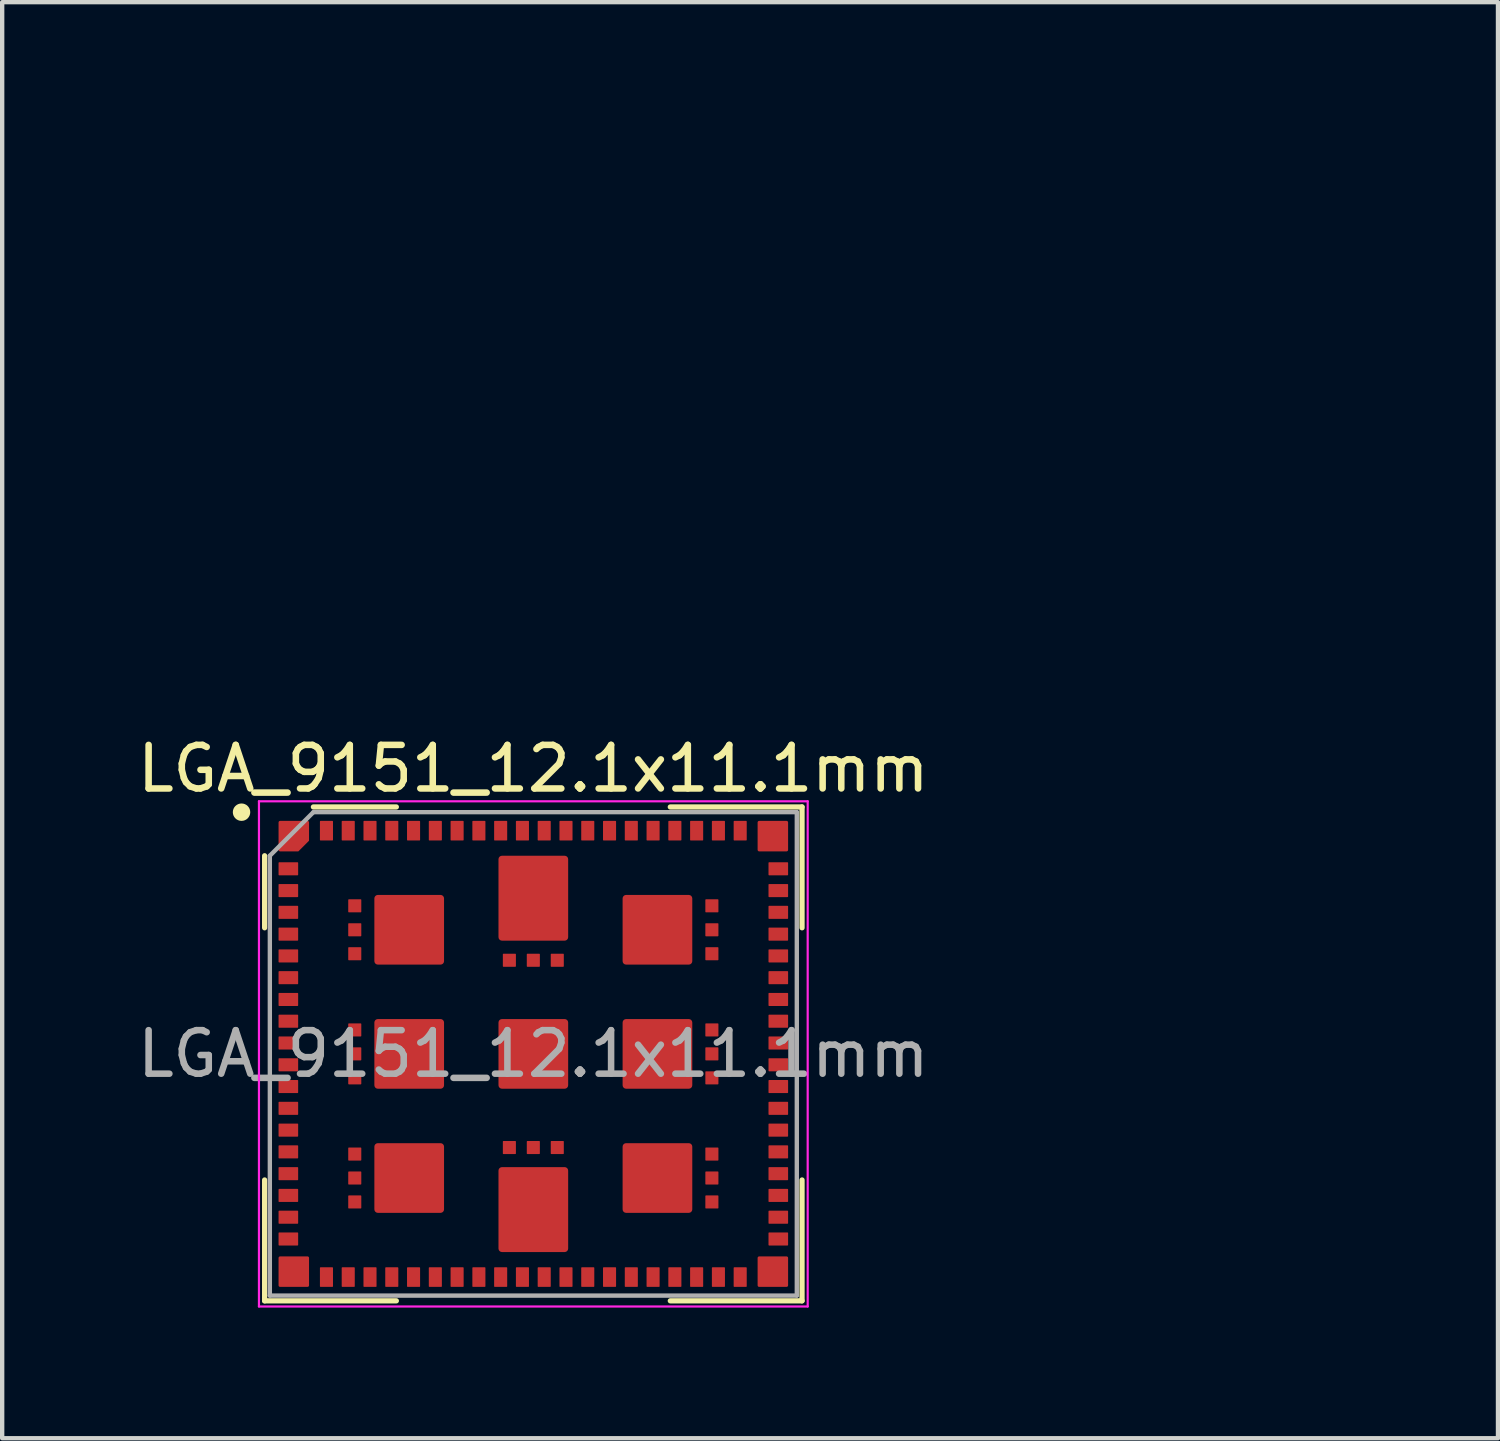
<source format=kicad_pcb>
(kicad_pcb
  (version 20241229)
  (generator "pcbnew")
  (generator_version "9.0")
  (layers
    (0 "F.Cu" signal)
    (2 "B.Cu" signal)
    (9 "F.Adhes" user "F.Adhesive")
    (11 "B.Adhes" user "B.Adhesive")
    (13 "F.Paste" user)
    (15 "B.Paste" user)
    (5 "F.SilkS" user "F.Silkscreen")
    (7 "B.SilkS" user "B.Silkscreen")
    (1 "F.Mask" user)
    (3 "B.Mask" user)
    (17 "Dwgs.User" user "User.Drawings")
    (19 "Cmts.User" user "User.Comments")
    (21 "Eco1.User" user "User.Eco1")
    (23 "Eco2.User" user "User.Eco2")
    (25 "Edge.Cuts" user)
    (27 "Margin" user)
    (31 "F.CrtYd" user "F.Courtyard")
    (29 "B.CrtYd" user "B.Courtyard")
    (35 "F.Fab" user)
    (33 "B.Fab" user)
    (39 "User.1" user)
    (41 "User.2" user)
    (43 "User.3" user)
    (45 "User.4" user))
  (footprint "LGA_9151_12.1x11.1mm"
    (layer "F.Cu")
    (at 9.196 21.149)
    (property "Reference" "LGA_9151_12.1x11.1mm" (at 0 -6.55 0) (unlocked yes) (layer "F.SilkS") (effects (font (size 1 1) (thickness 0.15))))
    (property "Value" "LGA_9151_12.1x11.1mm" (at 0 6.55 0) (unlocked yes) (layer "F.Fab") (hide yes) (effects (font (size 1 1) (thickness 0.15))))
    (attr smd)
    (fp_line (start -6.17 -4.55) (end -6.17 -2.895) (stroke (width 0.12) (type default)) (layer "F.SilkS"))
    (fp_line (start -6.17 5.67) (end -6.17 2.895) (stroke (width 0.12) (type default)) (layer "F.SilkS"))
    (fp_line (start -3.145 -5.67) (end -5.05 -5.67) (stroke (width 0.12) (type default)) (layer "F.SilkS"))
    (fp_line (start -3.145 5.67) (end -6.17 5.67) (stroke (width 0.12) (type default)) (layer "F.SilkS"))
    (fp_line (start 3.145 -5.67) (end 6.17 -5.67) (stroke (width 0.12) (type default)) (layer "F.SilkS"))
    (fp_line (start 3.145 5.67) (end 6.17 5.67) (stroke (width 0.12) (type default)) (layer "F.SilkS"))
    (fp_line (start 6.17 -5.67) (end 6.17 -2.895) (stroke (width 0.12) (type default)) (layer "F.SilkS"))
    (fp_line (start 6.17 5.67) (end 6.17 2.895) (stroke (width 0.12) (type default)) (layer "F.SilkS"))
    (fp_circle (center -6.7 -5.55) (end -6.7 -5.45) (stroke (width 0.2) (type default)) (fill no) (layer "F.SilkS"))
    (fp_line (start -6.3 -5.8) (end 6.3 -5.8) (stroke (width 0.05) (type default)) (layer "F.CrtYd"))
    (fp_line (start -6.3 5.8) (end -6.3 -5.8) (stroke (width 0.05) (type default)) (layer "F.CrtYd"))
    (fp_line (start 6.3 -5.8) (end 6.3 5.8) (stroke (width 0.05) (type default)) (layer "F.CrtYd"))
    (fp_line (start 6.3 5.8) (end -6.3 5.8) (stroke (width 0.05) (type default)) (layer "F.CrtYd"))
    (fp_line (start -6.05 -4.55) (end -6.05 5.55) (stroke (width 0.1) (type default)) (layer "F.Fab"))
    (fp_line (start -6.05 5.55) (end 6.05 5.55) (stroke (width 0.1) (type default)) (layer "F.Fab"))
    (fp_line (start -5.05 -5.55) (end -6.05 -4.55) (stroke (width 0.1) (type default)) (layer "F.Fab"))
    (fp_line (start 6.05 -5.55) (end -5.05 -5.55) (stroke (width 0.1) (type default)) (layer "F.Fab"))
    (fp_line (start 6.05 5.55) (end 6.05 -5.55) (stroke (width 0.1) (type default)) (layer "F.Fab"))
    (fp_line (start 6.9 -18.6) (end 19.1 -18.6) (stroke (width 0.1) (type solid)) (layer "User.7"))
    (fp_line (start 6.9 -7.4) (end 6.9 -18.6) (stroke (width 0.1) (type solid)) (layer "User.7"))
    (fp_line (start 6.9 -7.4) (end 19.1 -7.4) (stroke (width 0.1) (type solid)) (layer "User.7"))
    (fp_line (start 19.1 -7.4) (end 19.1 -18.6) (stroke (width 0.1) (type solid)) (layer "User.7"))
    (fp_circle (center 7.5 -18) (end 7.5 -18.15) (stroke (width 0.3) (type solid)) (fill no) (layer "User.7"))
    (fp_line (start 6.9 -18.6) (end 19.1 -18.6) (stroke (width 0.05) (type solid)) (layer "User.13"))
    (fp_line (start 6.9 -7.4) (end 6.9 -18.6) (stroke (width 0.05) (type solid)) (layer "User.13"))
    (fp_line (start 6.9 -7.4) (end 19.1 -7.4) (stroke (width 0.05) (type solid)) (layer "User.13"))
    (fp_line (start 19.1 -7.4) (end 19.1 -18.6) (stroke (width 0.05) (type solid)) (layer "User.13"))
    (fp_circle (center 7.5 -18) (end 7.5 -18.15) (stroke (width 0.3) (type solid)) (fill no) (layer "User.13"))
    (fp_text user "${REFERENCE}" (at 0 0 0) (layer "F.Fab") (effects (font (size 1 1) (thickness 0.15))))
    (fp_text user "${VALUE}" (at 12.968 -12.85 270) (unlocked yes) (layer "User.5") (effects (font (size 0.9 0.9) (thickness 0.15))))
    (fp_text user "${REFERENCE}" (at 12.968 -12.85 270) (unlocked yes) (layer "User.7") (effects (font (size 0.9 0.9) (thickness 0.15))))
    (pad "1" smd roundrect (at -5.5 -5) (size 0.7 0.7) (layers "F.Cu" "F.Mask" "F.Paste") (roundrect_rratio 0.05) (chamfer_ratio 0.35) (chamfer bottom_right))
    (pad "2" smd roundrect (at -5.625 -4.25) (size 0.45 0.3) (layers "F.Cu" "F.Mask" "F.Paste") (roundrect_rratio 0.05))
    (pad "3" smd roundrect (at -5.625 -3.75) (size 0.45 0.3) (layers "F.Cu" "F.Mask" "F.Paste") (roundrect_rratio 0.05))
    (pad "4" smd roundrect (at -5.625 -3.25) (size 0.45 0.3) (layers "F.Cu" "F.Mask" "F.Paste") (roundrect_rratio 0.05))
    (pad "5" smd roundrect (at -5.625 -2.75) (size 0.45 0.3) (layers "F.Cu" "F.Mask" "F.Paste") (roundrect_rratio 0.05))
    (pad "6" smd roundrect (at -5.625 -2.25) (size 0.45 0.3) (layers "F.Cu" "F.Mask" "F.Paste") (roundrect_rratio 0.05))
    (pad "7" smd roundrect (at -5.625 -1.75) (size 0.45 0.3) (layers "F.Cu" "F.Mask" "F.Paste") (roundrect_rratio 0.05))
    (pad "8" smd roundrect (at -5.625 -1.25) (size 0.45 0.3) (layers "F.Cu" "F.Mask" "F.Paste") (roundrect_rratio 0.05))
    (pad "9" smd roundrect (at -5.625 -0.75) (size 0.45 0.3) (layers "F.Cu" "F.Mask" "F.Paste") (roundrect_rratio 0.05))
    (pad "10" smd roundrect (at -5.625 -0.25) (size 0.45 0.3) (layers "F.Cu" "F.Mask" "F.Paste") (roundrect_rratio 0.05))
    (pad "11" smd roundrect (at -5.625 0.25) (size 0.45 0.3) (layers "F.Cu" "F.Mask" "F.Paste") (roundrect_rratio 0.05))
    (pad "12" smd roundrect (at -5.625 0.75) (size 0.45 0.3) (layers "F.Cu" "F.Mask" "F.Paste") (roundrect_rratio 0.05))
    (pad "13" smd roundrect (at -5.625 1.25) (size 0.45 0.3) (layers "F.Cu" "F.Mask" "F.Paste") (roundrect_rratio 0.05))
    (pad "14" smd roundrect (at -5.625 1.75) (size 0.45 0.3) (layers "F.Cu" "F.Mask" "F.Paste") (roundrect_rratio 0.05))
    (pad "15" smd roundrect (at -5.625 2.25) (size 0.45 0.3) (layers "F.Cu" "F.Mask" "F.Paste") (roundrect_rratio 0.05))
    (pad "16" smd roundrect (at -5.625 2.75) (size 0.45 0.3) (layers "F.Cu" "F.Mask" "F.Paste") (roundrect_rratio 0.05))
    (pad "17" smd roundrect (at -5.625 3.25) (size 0.45 0.3) (layers "F.Cu" "F.Mask" "F.Paste") (roundrect_rratio 0.05))
    (pad "18" smd roundrect (at -5.625 3.75) (size 0.45 0.3) (layers "F.Cu" "F.Mask" "F.Paste") (roundrect_rratio 0.05))
    (pad "19" smd roundrect (at -5.625 4.25) (size 0.45 0.3) (layers "F.Cu" "F.Mask" "F.Paste") (roundrect_rratio 0.05))
    (pad "20" smd roundrect (at -5.5 5) (size 0.7 0.7) (layers "F.Cu" "F.Mask" "F.Paste") (roundrect_rratio 0.05))
    (pad "21" smd roundrect (at -4.75 5.125 90) (size 0.45 0.3) (layers "F.Cu" "F.Mask" "F.Paste") (roundrect_rratio 0.05))
    (pad "22" smd roundrect (at -4.25 5.125 90) (size 0.45 0.3) (layers "F.Cu" "F.Mask" "F.Paste") (roundrect_rratio 0.05))
    (pad "23" smd roundrect (at -3.75 5.125 90) (size 0.45 0.3) (layers "F.Cu" "F.Mask" "F.Paste") (roundrect_rratio 0.05))
    (pad "24" smd roundrect (at -3.25 5.125 90) (size 0.45 0.3) (layers "F.Cu" "F.Mask" "F.Paste") (roundrect_rratio 0.05))
    (pad "25" smd roundrect (at -2.75 5.125 90) (size 0.45 0.3) (layers "F.Cu" "F.Mask" "F.Paste") (roundrect_rratio 0.05))
    (pad "26" smd roundrect (at -2.25 5.125 90) (size 0.45 0.3) (layers "F.Cu" "F.Mask" "F.Paste") (roundrect_rratio 0.05))
    (pad "27" smd roundrect (at -1.75 5.125 90) (size 0.45 0.3) (layers "F.Cu" "F.Mask" "F.Paste") (roundrect_rratio 0.05))
    (pad "28" smd roundrect (at -1.25 5.125 90) (size 0.45 0.3) (layers "F.Cu" "F.Mask" "F.Paste") (roundrect_rratio 0.05))
    (pad "29" smd roundrect (at -0.75 5.125 90) (size 0.45 0.3) (layers "F.Cu" "F.Mask" "F.Paste") (roundrect_rratio 0.05))
    (pad "30" smd roundrect (at -0.25 5.125 90) (size 0.45 0.3) (layers "F.Cu" "F.Mask" "F.Paste") (roundrect_rratio 0.05))
    (pad "31" smd roundrect (at 0.25 5.125 90) (size 0.45 0.3) (layers "F.Cu" "F.Mask" "F.Paste") (roundrect_rratio 0.05))
    (pad "32" smd roundrect (at 0.75 5.125 90) (size 0.45 0.3) (layers "F.Cu" "F.Mask" "F.Paste") (roundrect_rratio 0.05))
    (pad "33" smd roundrect (at 1.25 5.125 90) (size 0.45 0.3) (layers "F.Cu" "F.Mask" "F.Paste") (roundrect_rratio 0.05))
    (pad "34" smd roundrect (at 1.75 5.125 90) (size 0.45 0.3) (layers "F.Cu" "F.Mask" "F.Paste") (roundrect_rratio 0.05))
    (pad "35" smd roundrect (at 2.25 5.125 90) (size 0.45 0.3) (layers "F.Cu" "F.Mask" "F.Paste") (roundrect_rratio 0.05))
    (pad "36" smd roundrect (at 2.75 5.125 90) (size 0.45 0.3) (layers "F.Cu" "F.Mask" "F.Paste") (roundrect_rratio 0.05))
    (pad "37" smd roundrect (at 3.25 5.125 90) (size 0.45 0.3) (layers "F.Cu" "F.Mask" "F.Paste") (roundrect_rratio 0.05))
    (pad "38" smd roundrect (at 3.75 5.125 90) (size 0.45 0.3) (layers "F.Cu" "F.Mask" "F.Paste") (roundrect_rratio 0.05))
    (pad "39" smd roundrect (at 4.25 5.125 90) (size 0.45 0.3) (layers "F.Cu" "F.Mask" "F.Paste") (roundrect_rratio 0.05))
    (pad "40" smd roundrect (at 4.75 5.125 90) (size 0.45 0.3) (layers "F.Cu" "F.Mask" "F.Paste") (roundrect_rratio 0.05))
    (pad "41" smd roundrect (at 5.5 5) (size 0.7 0.7) (layers "F.Cu" "F.Mask" "F.Paste") (roundrect_rratio 0.05))
    (pad "42" smd roundrect (at 5.625 4.25) (size 0.45 0.3) (layers "F.Cu" "F.Mask" "F.Paste") (roundrect_rratio 0.05))
    (pad "43" smd roundrect (at 5.625 3.75) (size 0.45 0.3) (layers "F.Cu" "F.Mask" "F.Paste") (roundrect_rratio 0.05))
    (pad "44" smd roundrect (at 5.625 3.25) (size 0.45 0.3) (layers "F.Cu" "F.Mask" "F.Paste") (roundrect_rratio 0.05))
    (pad "45" smd roundrect (at 5.625 2.75) (size 0.45 0.3) (layers "F.Cu" "F.Mask" "F.Paste") (roundrect_rratio 0.05))
    (pad "46" smd roundrect (at 5.625 2.25) (size 0.45 0.3) (layers "F.Cu" "F.Mask" "F.Paste") (roundrect_rratio 0.05))
    (pad "47" smd roundrect (at 5.625 1.75) (size 0.45 0.3) (layers "F.Cu" "F.Mask" "F.Paste") (roundrect_rratio 0.05))
    (pad "48" smd roundrect (at 5.625 1.25) (size 0.45 0.3) (layers "F.Cu" "F.Mask" "F.Paste") (roundrect_rratio 0.05))
    (pad "49" smd roundrect (at 5.625 0.75) (size 0.45 0.3) (layers "F.Cu" "F.Mask" "F.Paste") (roundrect_rratio 0.05))
    (pad "50" smd roundrect (at 5.625 0.25) (size 0.45 0.3) (layers "F.Cu" "F.Mask" "F.Paste") (roundrect_rratio 0.05))
    (pad "51" smd roundrect (at 5.625 -0.25) (size 0.45 0.3) (layers "F.Cu" "F.Mask" "F.Paste") (roundrect_rratio 0.05))
    (pad "52" smd roundrect (at 5.625 -0.75) (size 0.45 0.3) (layers "F.Cu" "F.Mask" "F.Paste") (roundrect_rratio 0.05))
    (pad "53" smd roundrect (at 5.625 -1.25) (size 0.45 0.3) (layers "F.Cu" "F.Mask" "F.Paste") (roundrect_rratio 0.05))
    (pad "54" smd roundrect (at 5.625 -1.75) (size 0.45 0.3) (layers "F.Cu" "F.Mask" "F.Paste") (roundrect_rratio 0.05))
    (pad "55" smd roundrect (at 5.625 -2.25) (size 0.45 0.3) (layers "F.Cu" "F.Mask" "F.Paste") (roundrect_rratio 0.05))
    (pad "56" smd roundrect (at 5.625 -2.75) (size 0.45 0.3) (layers "F.Cu" "F.Mask" "F.Paste") (roundrect_rratio 0.05))
    (pad "57" smd roundrect (at 5.625 -3.25) (size 0.45 0.3) (layers "F.Cu" "F.Mask" "F.Paste") (roundrect_rratio 0.05))
    (pad "58" smd roundrect (at 5.625 -3.75) (size 0.45 0.3) (layers "F.Cu" "F.Mask" "F.Paste") (roundrect_rratio 0.05))
    (pad "59" smd roundrect (at 5.625 -4.25) (size 0.45 0.3) (layers "F.Cu" "F.Mask" "F.Paste") (roundrect_rratio 0.05))
    (pad "60" smd roundrect (at 5.5 -5) (size 0.7 0.7) (layers "F.Cu" "F.Mask" "F.Paste") (roundrect_rratio 0.05))
    (pad "61" smd roundrect (at 4.75 -5.125 90) (size 0.45 0.3) (layers "F.Cu" "F.Mask" "F.Paste") (roundrect_rratio 0.05))
    (pad "62" smd roundrect (at 4.25 -5.125 270) (size 0.45 0.3) (layers "F.Cu" "F.Mask" "F.Paste") (roundrect_rratio 0.05))
    (pad "63" smd roundrect (at 3.75 -5.125 270) (size 0.45 0.3) (layers "F.Cu" "F.Mask" "F.Paste") (roundrect_rratio 0.05))
    (pad "64" smd roundrect (at 3.25 -5.125 270) (size 0.45 0.3) (layers "F.Cu" "F.Mask" "F.Paste") (roundrect_rratio 0.05))
    (pad "65" smd roundrect (at 2.75 -5.125 270) (size 0.45 0.3) (layers "F.Cu" "F.Mask" "F.Paste") (roundrect_rratio 0.05))
    (pad "66" smd roundrect (at 2.25 -5.125 270) (size 0.45 0.3) (layers "F.Cu" "F.Mask" "F.Paste") (roundrect_rratio 0.05))
    (pad "67" smd roundrect (at 1.75 -5.125 270) (size 0.45 0.3) (layers "F.Cu" "F.Mask" "F.Paste") (roundrect_rratio 0.05))
    (pad "68" smd roundrect (at 1.25 -5.125 270) (size 0.45 0.3) (layers "F.Cu" "F.Mask" "F.Paste") (roundrect_rratio 0.05))
    (pad "69" smd roundrect (at 0.75 -5.125 270) (size 0.45 0.3) (layers "F.Cu" "F.Mask" "F.Paste") (roundrect_rratio 0.05))
    (pad "70" smd roundrect (at 0.25 -5.125 270) (size 0.45 0.3) (layers "F.Cu" "F.Mask" "F.Paste") (roundrect_rratio 0.05))
    (pad "71" smd roundrect (at -0.25 -5.125 270) (size 0.45 0.3) (layers "F.Cu" "F.Mask" "F.Paste") (roundrect_rratio 0.05))
    (pad "72" smd roundrect (at -0.75 -5.125 270) (size 0.45 0.3) (layers "F.Cu" "F.Mask" "F.Paste") (roundrect_rratio 0.05))
    (pad "73" smd roundrect (at -1.25 -5.125 270) (size 0.45 0.3) (layers "F.Cu" "F.Mask" "F.Paste") (roundrect_rratio 0.05))
    (pad "74" smd roundrect (at -1.75 -5.125 270) (size 0.45 0.3) (layers "F.Cu" "F.Mask" "F.Paste") (roundrect_rratio 0.05))
    (pad "75" smd roundrect (at -2.25 -5.125 270) (size 0.45 0.3) (layers "F.Cu" "F.Mask" "F.Paste") (roundrect_rratio 0.05))
    (pad "76" smd roundrect (at -2.75 -5.125 270) (size 0.45 0.3) (layers "F.Cu" "F.Mask" "F.Paste") (roundrect_rratio 0.05))
    (pad "77" smd roundrect (at -3.25 -5.125 270) (size 0.45 0.3) (layers "F.Cu" "F.Mask" "F.Paste") (roundrect_rratio 0.05))
    (pad "78" smd roundrect (at -3.75 -5.125 270) (size 0.45 0.3) (layers "F.Cu" "F.Mask" "F.Paste") (roundrect_rratio 0.05))
    (pad "79" smd roundrect (at -4.25 -5.125 270) (size 0.45 0.3) (layers "F.Cu" "F.Mask" "F.Paste") (roundrect_rratio 0.05))
    (pad "80" smd roundrect (at -4.75 -5.125 270) (size 0.45 0.3) (layers "F.Cu" "F.Mask" "F.Paste") (roundrect_rratio 0.05))
    (pad "81" smd roundrect (at -4.1 -3.4 270) (size 0.3 0.3) (layers "F.Cu" "F.Mask" "F.Paste") (roundrect_rratio 0.05))
    (pad "82" smd roundrect (at -4.1 -2.85 270) (size 0.3 0.3) (layers "F.Cu" "F.Mask" "F.Paste") (roundrect_rratio 0.05))
    (pad "83" smd roundrect (at -4.1 -2.3 270) (size 0.3 0.3) (layers "F.Cu" "F.Mask" "F.Paste") (roundrect_rratio 0.05))
    (pad "84" smd roundrect (at -4.1 -0.55 270) (size 0.3 0.3) (layers "F.Cu" "F.Mask" "F.Paste") (roundrect_rratio 0.05))
    (pad "85" smd roundrect (at -4.1 0 270) (size 0.3 0.3) (layers "F.Cu" "F.Mask" "F.Paste") (roundrect_rratio 0.05))
    (pad "86" smd roundrect (at -4.1 0.55 270) (size 0.3 0.3) (layers "F.Cu" "F.Mask" "F.Paste") (roundrect_rratio 0.05))
    (pad "87" smd roundrect (at -4.1 2.3 270) (size 0.3 0.3) (layers "F.Cu" "F.Mask" "F.Paste") (roundrect_rratio 0.05))
    (pad "88" smd roundrect (at -4.1 2.85 270) (size 0.3 0.3) (layers "F.Cu" "F.Mask" "F.Paste") (roundrect_rratio 0.05))
    (pad "89" smd roundrect (at -4.1 3.4 270) (size 0.3 0.3) (layers "F.Cu" "F.Mask" "F.Paste") (roundrect_rratio 0.05))
    (pad "90" smd roundrect (at -0.55 2.15 90) (size 0.3 0.3) (layers "F.Cu" "F.Mask" "F.Paste") (roundrect_rratio 0.05))
    (pad "91" smd roundrect (at 0 2.15 90) (size 0.3 0.3) (layers "F.Cu" "F.Mask" "F.Paste") (roundrect_rratio 0.05))
    (pad "92" smd roundrect (at 0.55 2.15 90) (size 0.3 0.3) (layers "F.Cu" "F.Mask" "F.Paste") (roundrect_rratio 0.05))
    (pad "93" smd roundrect (at 4.1 3.4 90) (size 0.3 0.3) (layers "F.Cu" "F.Mask" "F.Paste") (roundrect_rratio 0.05))
    (pad "94" smd roundrect (at 4.1 2.85 90) (size 0.3 0.3) (layers "F.Cu" "F.Mask" "F.Paste") (roundrect_rratio 0.05))
    (pad "95" smd roundrect (at 4.1 2.3 90) (size 0.3 0.3) (layers "F.Cu" "F.Mask" "F.Paste") (roundrect_rratio 0.05))
    (pad "96" smd roundrect (at 4.1 0.55 90) (size 0.3 0.3) (layers "F.Cu" "F.Mask" "F.Paste") (roundrect_rratio 0.05))
    (pad "97" smd roundrect (at 4.1 0 90) (size 0.3 0.3) (layers "F.Cu" "F.Mask" "F.Paste") (roundrect_rratio 0.05))
    (pad "98" smd roundrect (at 4.1 -0.55 90) (size 0.3 0.3) (layers "F.Cu" "F.Mask" "F.Paste") (roundrect_rratio 0.05))
    (pad "99" smd roundrect (at 4.1 -2.3 90) (size 0.3 0.3) (layers "F.Cu" "F.Mask" "F.Paste") (roundrect_rratio 0.05))
    (pad "100" smd roundrect (at 4.1 -2.85 90) (size 0.3 0.3) (layers "F.Cu" "F.Mask" "F.Paste") (roundrect_rratio 0.05))
    (pad "101" smd roundrect (at 4.1 -3.4 90) (size 0.3 0.3) (layers "F.Cu" "F.Mask" "F.Paste") (roundrect_rratio 0.05))
    (pad "102" smd roundrect (at 0.55 -2.15 270) (size 0.3 0.3) (layers "F.Cu" "F.Mask" "F.Paste") (roundrect_rratio 0.05))
    (pad "103" smd roundrect (at 0 -2.15 270) (size 0.3 0.3) (layers "F.Cu" "F.Mask" "F.Paste") (roundrect_rratio 0.05))
    (pad "104" smd roundrect (at -0.55 -2.15 270) (size 0.3 0.3) (layers "F.Cu" "F.Mask" "F.Paste") (roundrect_rratio 0.05))
    (pad "105" smd roundrect (at -2.85 -2.85) (size 1.6 1.6) (layers "F.Cu" "F.Mask" "F.Paste") (roundrect_rratio 0.05))
    (pad "106" smd roundrect (at -2.85 0) (size 1.6 1.6) (layers "F.Cu" "F.Mask" "F.Paste") (roundrect_rratio 0.05))
    (pad "107" smd roundrect (at -2.85 2.85) (size 1.6 1.6) (layers "F.Cu" "F.Mask" "F.Paste") (roundrect_rratio 0.05))
    (pad "108" smd roundrect (at 0 3.575) (size 1.6 1.95) (layers "F.Cu" "F.Mask" "F.Paste") (roundrect_rratio 0.05))
    (pad "109" smd roundrect (at 2.85 2.85) (size 1.6 1.6) (layers "F.Cu" "F.Mask" "F.Paste") (roundrect_rratio 0.05))
    (pad "110" smd roundrect (at 2.85 0) (size 1.6 1.6) (layers "F.Cu" "F.Mask" "F.Paste") (roundrect_rratio 0.05))
    (pad "111" smd roundrect (at 2.85 -2.85) (size 1.6 1.6) (layers "F.Cu" "F.Mask" "F.Paste") (roundrect_rratio 0.05))
    (pad "112" smd roundrect (at 0 -3.575) (size 1.6 1.95) (layers "F.Cu" "F.Mask" "F.Paste") (roundrect_rratio 0.05))
    (pad "113" smd roundrect (at 0 0) (size 1.6 1.6) (layers "F.Cu" "F.Mask" "F.Paste") (roundrect_rratio 0.05)))
  (gr_rect
    (start -3 -3)
    (end 31.346 29.974)
    (stroke (width 0.1) (type default))
    (fill no)
    (layer "Edge.Cuts")))
</source>
